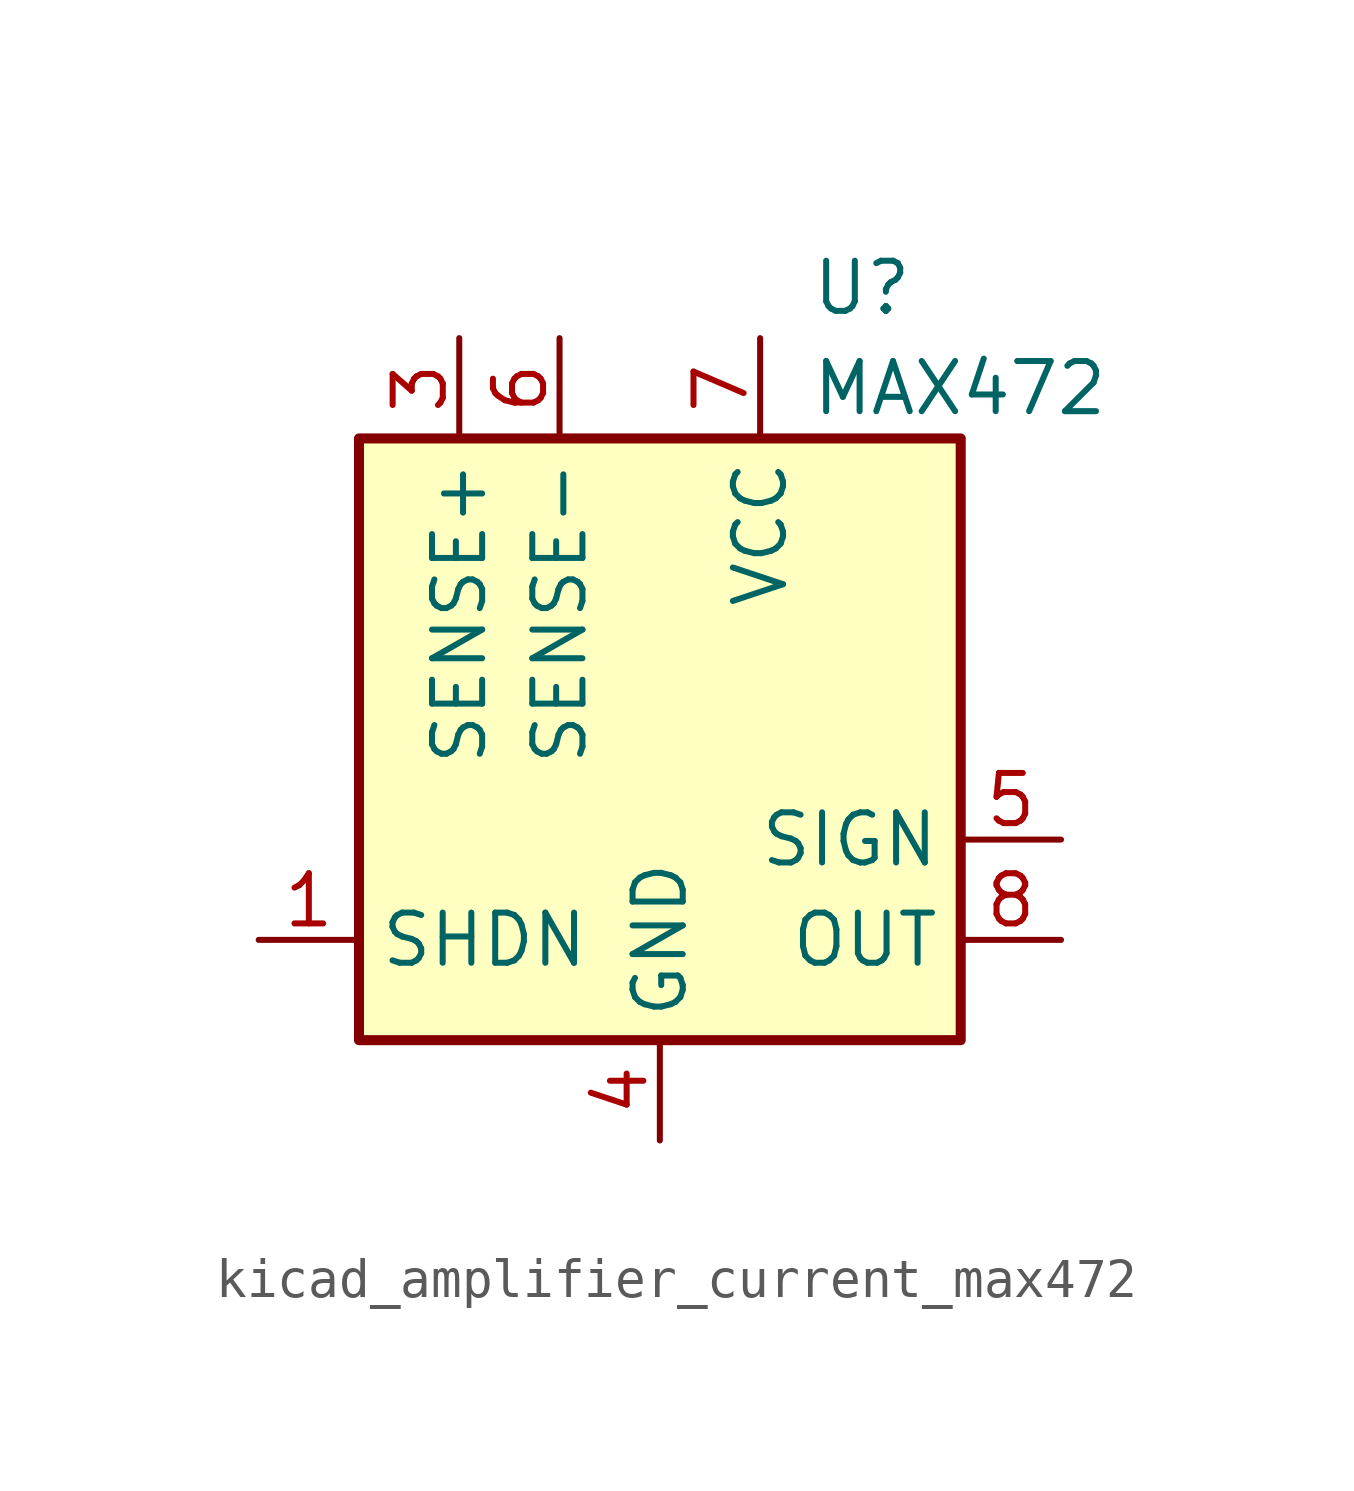
<source format=kicad_sym>
(kicad_symbol_lib
  (version 20220914)
  (generator kicad_symbol_editor)
  (symbol "kicad_amplifier_current_max472"
    (property "Reference" "U"
      (at 3.81 11.43 0)
      (effects (font (size 1.27 1.27)) (justify left)))
    (property "Value" "MAX472"
      (at 3.81 8.89 0)
      (effects (font (size 1.27 1.27)) (justify left)))
    (symbol "kicad_amplifier_current_max472_0_1"
      (rectangle (start -7.62 7.62) (end 7.62 -7.62) (stroke (width 0.254) (type default)) (fill (type background))))
    (symbol "kicad_amplifier_current_max472_1_1"
      (pin input line (at -10.16 -5.08 0) (length 2.54) (name "SHDN" (effects (font (size 1.27 1.27)))) (number "1" (effects (font (size 1.27 1.27)))))
      (pin no_connect line (at 7.62 2.54 180) (length 2.54) hide (name "NC" (effects (font (size 1.27 1.27)))) (number "2" (effects (font (size 1.27 1.27)))))
      (pin input line (at -5.08 10.16 270) (length 2.54) (name "SENSE+" (effects (font (size 1.27 1.27)))) (number "3" (effects (font (size 1.27 1.27)))))
      (pin power_in line (at 0 -10.16 90) (length 2.54) (name "GND" (effects (font (size 1.27 1.27)))) (number "4" (effects (font (size 1.27 1.27)))))
      (pin open_collector line (at 10.16 -2.54 180) (length 2.54) (name "SIGN" (effects (font (size 1.27 1.27)))) (number "5" (effects (font (size 1.27 1.27)))))
      (pin input line (at -2.54 10.16 270) (length 2.54) (name "SENSE-" (effects (font (size 1.27 1.27)))) (number "6" (effects (font (size 1.27 1.27)))))
      (pin power_in line (at 2.54 10.16 270) (length 2.54) (name "VCC" (effects (font (size 1.27 1.27)))) (number "7" (effects (font (size 1.27 1.27)))))
      (pin output line (at 10.16 -5.08 180) (length 2.54) (name "OUT" (effects (font (size 1.27 1.27)))) (number "8" (effects (font (size 1.27 1.27))))))))
</source>
